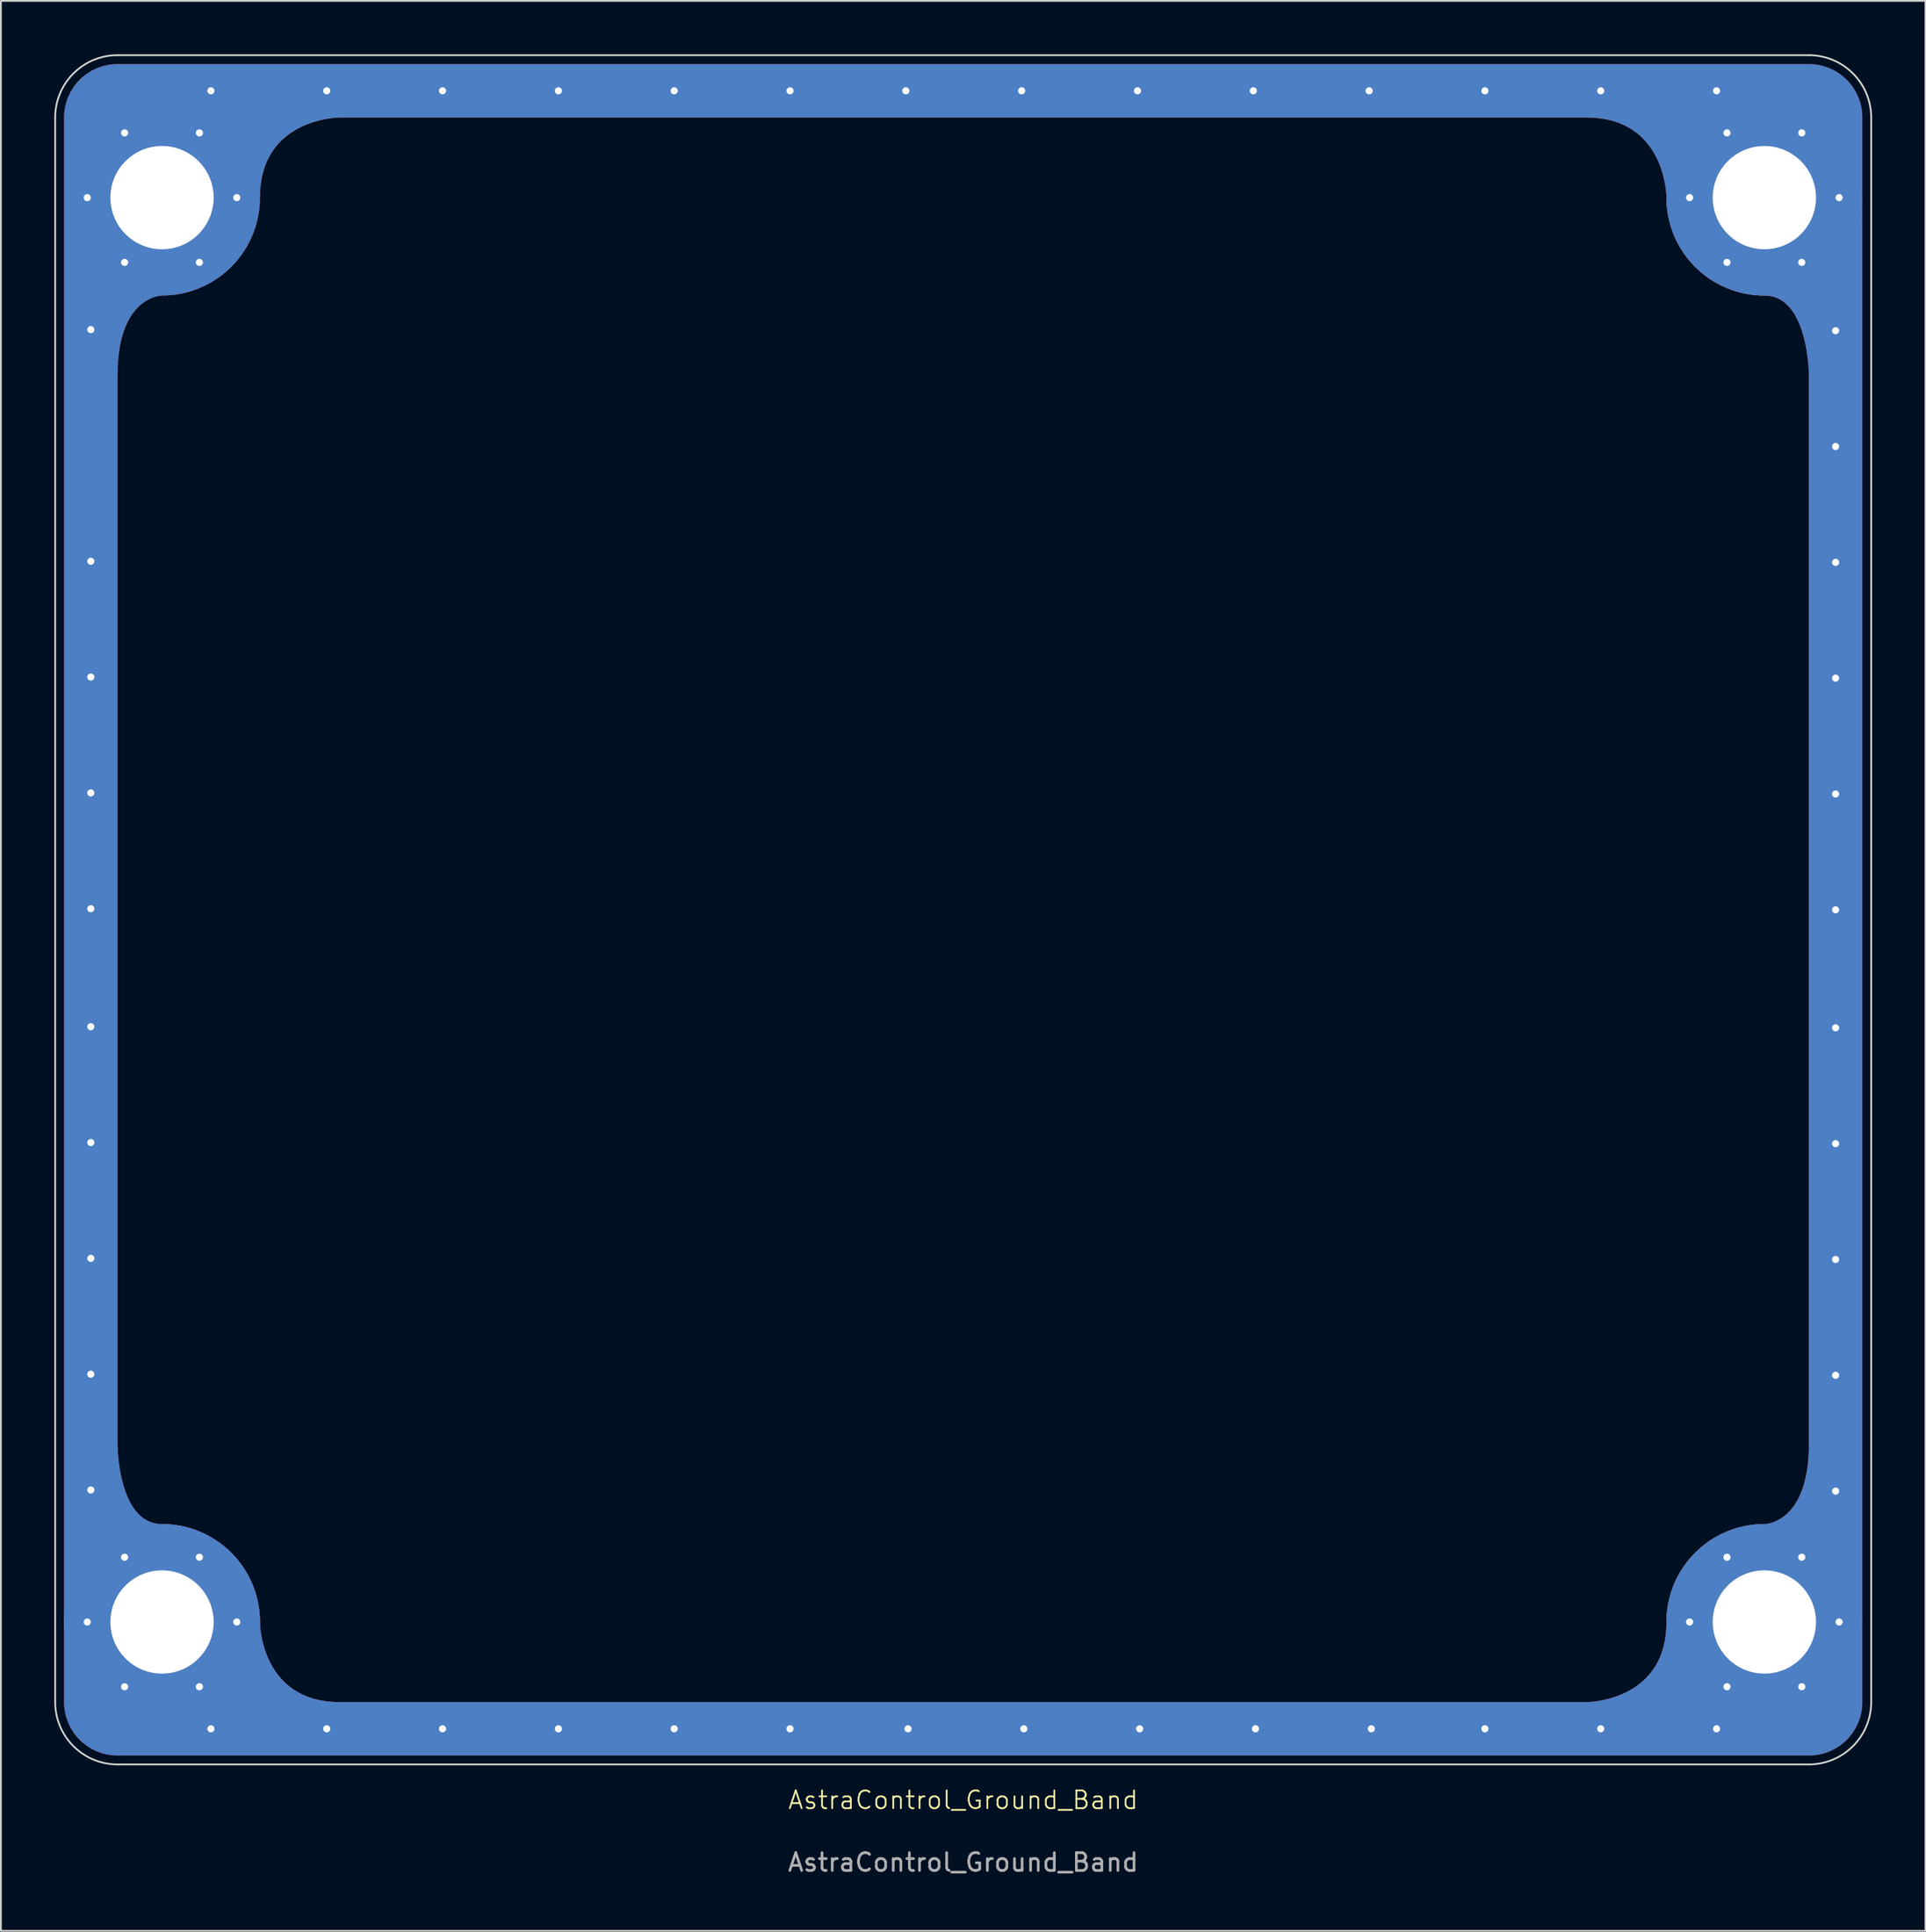
<source format=kicad_pcb>
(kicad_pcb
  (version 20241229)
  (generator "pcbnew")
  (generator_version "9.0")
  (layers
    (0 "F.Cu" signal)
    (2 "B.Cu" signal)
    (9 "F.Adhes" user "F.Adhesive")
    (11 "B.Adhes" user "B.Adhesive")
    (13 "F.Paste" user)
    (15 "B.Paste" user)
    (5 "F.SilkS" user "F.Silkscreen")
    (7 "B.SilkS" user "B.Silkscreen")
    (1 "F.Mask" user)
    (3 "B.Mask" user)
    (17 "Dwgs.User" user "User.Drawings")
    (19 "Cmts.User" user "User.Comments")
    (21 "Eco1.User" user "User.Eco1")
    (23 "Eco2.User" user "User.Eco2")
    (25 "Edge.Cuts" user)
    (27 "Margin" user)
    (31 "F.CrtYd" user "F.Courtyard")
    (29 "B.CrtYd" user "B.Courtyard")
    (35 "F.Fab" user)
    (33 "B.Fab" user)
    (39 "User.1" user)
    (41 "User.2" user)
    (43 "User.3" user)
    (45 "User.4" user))
  (footprint "AstraControl_Ground_Band"
    (layer "F.Cu")
    (at 51.05 48.05)
    (property "Reference" "AstraControl_Ground_Band" (at 0 50 0) (unlocked yes) (layer "F.SilkS") (effects (font (size 1 1) (thickness 0.1))))
    (attr through_hole)
    (fp_line (start -51 -44.5) (end -51 44.5) (stroke (width 0.1) (type default)) (layer "Edge.Cuts"))
    (fp_line (start -47.5 48) (end 47.5 48) (stroke (width 0.1) (type default)) (layer "Edge.Cuts"))
    (fp_line (start 47.5 -48) (end -47.5 -48) (stroke (width 0.1) (type default)) (layer "Edge.Cuts"))
    (fp_line (start 51 44.5) (end 51 -44.5) (stroke (width 0.1) (type default)) (layer "Edge.Cuts"))
    (fp_arc (start -51 -44.500001) (mid -49.974873 -46.974874) (end -47.5 -48) (stroke (width 0.1) (type default)) (layer "Edge.Cuts"))
    (fp_arc (start -47.499999 48) (mid -49.974878 46.974869) (end -51 44.499999) (stroke (width 0.1) (type default)) (layer "Edge.Cuts"))
    (fp_arc (start 47.5 -48) (mid 49.974874 -46.974874) (end 51 -44.5) (stroke (width 0.1) (type default)) (layer "Edge.Cuts"))
    (fp_arc (start 51 44.5) (mid 49.974874 46.974874) (end 47.5 48) (stroke (width 0.1) (type default)) (layer "Edge.Cuts"))
    (fp_line (start -50.5 -44.5) (end -50.5 44.5) (stroke (width 0.1) (type default)) (layer "User.1"))
    (fp_line (start -47.5 47.5) (end 47.5 47.5) (stroke (width 0.1) (type default)) (layer "User.1"))
    (fp_line (start -47.5 30) (end -47.5 -30) (stroke (width 0.1) (type default)) (layer "User.1"))
    (fp_line (start -35 -44.5) (end 35 -44.5) (stroke (width 0.1) (type default)) (layer "User.1"))
    (fp_line (start 35 44.5) (end -35 44.5) (stroke (width 0.1) (type default)) (layer "User.1"))
    (fp_line (start 47.5 -47.5) (end -47.5 -47.5) (stroke (width 0.1) (type default)) (layer "User.1"))
    (fp_line (start 47.5 -30) (end 47.5 30) (stroke (width 0.1) (type default)) (layer "User.1"))
    (fp_line (start 50.5 44.5) (end 50.5 -44.5) (stroke (width 0.1) (type default)) (layer "User.1"))
    (fp_arc (start -50.5 -44.499739) (mid -49.621341 -46.621147) (end -47.499739 -47.5) (stroke (width 0.1) (type default)) (layer "User.1"))
    (fp_arc (start -47.500001 47.5) (mid -49.621317 46.621324) (end -50.5 44.500002) (stroke (width 0.1) (type default)) (layer "User.1"))
    (fp_arc (start -45 34.5) (mid -41.110913 36.110913) (end -39.5 40) (stroke (width 0.1) (type default)) (layer "User.1"))
    (fp_arc (start -39.5 -40) (mid -41.110913 -36.110913) (end -45 -34.5) (stroke (width 0.1) (type default)) (layer "User.1"))
    (fp_arc (start 39.5 40) (mid 41.110913 36.110913) (end 45 34.5) (stroke (width 0.1) (type default)) (layer "User.1"))
    (fp_arc (start 45 -34.5) (mid 41.110913 -36.110913) (end 39.5 -40) (stroke (width 0.1) (type default)) (layer "User.1"))
    (fp_arc (start 47.5 -47.5) (mid 49.62132 -46.62132) (end 50.5 -44.5) (stroke (width 0.1) (type default)) (layer "User.1"))
    (fp_arc (start 50.5 44.5) (mid 49.62132 46.62132) (end 47.5 47.5) (stroke (width 0.1) (type default)) (layer "User.1"))
    (fp_circle (center -49.2 -40) (end -48.7 -40) (stroke (width 0.1) (type default)) (fill no) (layer "User.1"))
    (fp_circle (center -49.2 40) (end -48.7 40) (stroke (width 0.1) (type default)) (fill no) (layer "User.1"))
    (fp_circle (center -49 -32.587) (end -48.5 -32.587) (stroke (width 0.1) (type default)) (fill no) (layer "User.1"))
    (fp_circle (center -49 -26.082) (end -48.5 -26.082) (stroke (width 0.1) (type default)) (fill no) (layer "User.1"))
    (fp_circle (center -49 -19.577) (end -48.5 -19.577) (stroke (width 0.1) (type default)) (fill no) (layer "User.1"))
    (fp_circle (center -49 -13.072) (end -48.5 -13.072) (stroke (width 0.1) (type default)) (fill no) (layer "User.1"))
    (fp_circle (center -49 -6.567) (end -48.5 -6.567) (stroke (width 0.1) (type default)) (fill no) (layer "User.1"))
    (fp_circle (center -49 -0.061) (end -48.5 -0.061) (stroke (width 0.1) (type default)) (fill no) (layer "User.1"))
    (fp_circle (center -49 6.567) (end -48.5 6.567) (stroke (width 0.1) (type default)) (fill no) (layer "User.1"))
    (fp_circle (center -49 13.072) (end -48.5 13.072) (stroke (width 0.1) (type default)) (fill no) (layer "User.1"))
    (fp_circle (center -49 19.577) (end -48.5 19.577) (stroke (width 0.1) (type default)) (fill no) (layer "User.1"))
    (fp_circle (center -49 26.082) (end -48.5 26.082) (stroke (width 0.1) (type default)) (fill no) (layer "User.1"))
    (fp_circle (center -49 32.587) (end -48.5 32.587) (stroke (width 0.1) (type default)) (fill no) (layer "User.1"))
    (fp_circle (center -47.1 -43.637) (end -46.6 -43.637) (stroke (width 0.1) (type default)) (fill no) (layer "User.1"))
    (fp_circle (center -47.1 -36.363) (end -46.6 -36.363) (stroke (width 0.1) (type default)) (fill no) (layer "User.1"))
    (fp_circle (center -47.1 36.363) (end -46.6 36.363) (stroke (width 0.1) (type default)) (fill no) (layer "User.1"))
    (fp_circle (center -47.1 43.637) (end -46.6 43.637) (stroke (width 0.1) (type default)) (fill no) (layer "User.1"))
    (fp_circle (center -45 -40) (end -42.1 -40) (stroke (width 0.1) (type default)) (fill no) (layer "User.1"))
    (fp_circle (center -45 40) (end -42.1 40) (stroke (width 0.1) (type default)) (fill no) (layer "User.1"))
    (fp_circle (center -42.9 -43.637) (end -42.4 -43.637) (stroke (width 0.1) (type default)) (fill no) (layer "User.1"))
    (fp_circle (center -42.9 -36.363) (end -42.4 -36.363) (stroke (width 0.1) (type default)) (fill no) (layer "User.1"))
    (fp_circle (center -42.9 36.363) (end -42.4 36.363) (stroke (width 0.1) (type default)) (fill no) (layer "User.1"))
    (fp_circle (center -42.9 43.637) (end -42.4 43.637) (stroke (width 0.1) (type default)) (fill no) (layer "User.1"))
    (fp_circle (center -42.253 46) (end -42.253 45.5) (stroke (width 0.1) (type default)) (fill no) (layer "User.1"))
    (fp_circle (center -42.253 -46) (end -41.753 -46) (stroke (width 0.1) (type default)) (fill no) (layer "User.1"))
    (fp_circle (center -42.253 46) (end -41.753 46) (stroke (width 0.1) (type default)) (fill no) (layer "User.1"))
    (fp_circle (center -40.8 -40) (end -40.3 -40) (stroke (width 0.1) (type default)) (fill no) (layer "User.1"))
    (fp_circle (center -40.8 40) (end -40.3 40) (stroke (width 0.1) (type default)) (fill no) (layer "User.1"))
    (fp_circle (center -35.748 -46) (end -35.248 -46) (stroke (width 0.1) (type default)) (fill no) (layer "User.1"))
    (fp_circle (center -35.748 46) (end -35.748 45.5) (stroke (width 0.1) (type default)) (fill no) (layer "User.1"))
    (fp_circle (center -35.748 46) (end -35.248 46) (stroke (width 0.1) (type default)) (fill no) (layer "User.1"))
    (fp_circle (center -29.243 46) (end -29.243 45.5) (stroke (width 0.1) (type default)) (fill no) (layer "User.1"))
    (fp_circle (center -29.243 -46) (end -28.743 -46) (stroke (width 0.1) (type default)) (fill no) (layer "User.1"))
    (fp_circle (center -29.243 46) (end -28.743 46) (stroke (width 0.1) (type default)) (fill no) (layer "User.1"))
    (fp_circle (center -22.737 -46) (end -22.237 -46) (stroke (width 0.1) (type default)) (fill no) (layer "User.1"))
    (fp_circle (center -22.737 46) (end -22.737 45.5) (stroke (width 0.1) (type default)) (fill no) (layer "User.1"))
    (fp_circle (center -22.737 46) (end -22.237 46) (stroke (width 0.1) (type default)) (fill no) (layer "User.1"))
    (fp_circle (center -16.232 46) (end -16.232 45.5) (stroke (width 0.1) (type default)) (fill no) (layer "User.1"))
    (fp_circle (center -16.232 -46) (end -15.732 -46) (stroke (width 0.1) (type default)) (fill no) (layer "User.1"))
    (fp_circle (center -16.232 46) (end -15.732 46) (stroke (width 0.1) (type default)) (fill no) (layer "User.1"))
    (fp_circle (center -9.727 -46) (end -9.227 -46) (stroke (width 0.1) (type default)) (fill no) (layer "User.1"))
    (fp_circle (center -9.727 46) (end -9.727 45.5) (stroke (width 0.1) (type default)) (fill no) (layer "User.1"))
    (fp_circle (center -9.727 46) (end -9.227 46) (stroke (width 0.1) (type default)) (fill no) (layer "User.1"))
    (fp_circle (center -3.222 -46) (end -2.722 -46) (stroke (width 0.1) (type default)) (fill no) (layer "User.1"))
    (fp_circle (center -3.222 46) (end -2.722 46) (stroke (width 0.1) (type default)) (fill no) (layer "User.1"))
    (fp_circle (center -3.099 46) (end -3.099 45.5) (stroke (width 0.1) (type default)) (fill no) (layer "User.1"))
    (fp_circle (center 3.283 -46) (end 3.783 -46) (stroke (width 0.1) (type default)) (fill no) (layer "User.1"))
    (fp_circle (center 3.283 46) (end 3.783 46) (stroke (width 0.1) (type default)) (fill no) (layer "User.1"))
    (fp_circle (center 3.406 46) (end 3.406 45.5) (stroke (width 0.1) (type default)) (fill no) (layer "User.1"))
    (fp_circle (center 9.789 -46) (end 10.289 -46) (stroke (width 0.1) (type default)) (fill no) (layer "User.1"))
    (fp_circle (center 9.789 46) (end 10.289 46) (stroke (width 0.1) (type default)) (fill no) (layer "User.1"))
    (fp_circle (center 9.911 46) (end 9.911 45.5) (stroke (width 0.1) (type default)) (fill no) (layer "User.1"))
    (fp_circle (center 16.294 -46) (end 16.794 -46) (stroke (width 0.1) (type default)) (fill no) (layer "User.1"))
    (fp_circle (center 16.294 46) (end 16.794 46) (stroke (width 0.1) (type default)) (fill no) (layer "User.1"))
    (fp_circle (center 16.416 46) (end 16.416 45.5) (stroke (width 0.1) (type default)) (fill no) (layer "User.1"))
    (fp_circle (center 22.799 -46) (end 23.299 -46) (stroke (width 0.1) (type default)) (fill no) (layer "User.1"))
    (fp_circle (center 22.799 46) (end 23.299 46) (stroke (width 0.1) (type default)) (fill no) (layer "User.1"))
    (fp_circle (center 22.922 46) (end 22.922 45.5) (stroke (width 0.1) (type default)) (fill no) (layer "User.1"))
    (fp_circle (center 29.304 -46) (end 29.804 -46) (stroke (width 0.1) (type default)) (fill no) (layer "User.1"))
    (fp_circle (center 29.304 46) (end 29.804 46) (stroke (width 0.1) (type default)) (fill no) (layer "User.1"))
    (fp_circle (center 35.809 -46) (end 36.309 -46) (stroke (width 0.1) (type default)) (fill no) (layer "User.1"))
    (fp_circle (center 35.809 46) (end 36.309 46) (stroke (width 0.1) (type default)) (fill no) (layer "User.1"))
    (fp_circle (center 40.8 -40) (end 41.3 -40) (stroke (width 0.1) (type default)) (fill no) (layer "User.1"))
    (fp_circle (center 40.8 40) (end 41.3 40) (stroke (width 0.1) (type default)) (fill no) (layer "User.1"))
    (fp_circle (center 42.315 -46) (end 42.815 -46) (stroke (width 0.1) (type default)) (fill no) (layer "User.1"))
    (fp_circle (center 42.315 46) (end 42.815 46) (stroke (width 0.1) (type default)) (fill no) (layer "User.1"))
    (fp_circle (center 42.9 -43.637) (end 43.4 -43.637) (stroke (width 0.1) (type default)) (fill no) (layer "User.1"))
    (fp_circle (center 42.9 -36.363) (end 43.4 -36.363) (stroke (width 0.1) (type default)) (fill no) (layer "User.1"))
    (fp_circle (center 42.9 36.363) (end 43.4 36.363) (stroke (width 0.1) (type default)) (fill no) (layer "User.1"))
    (fp_circle (center 42.9 43.637) (end 43.4 43.637) (stroke (width 0.1) (type default)) (fill no) (layer "User.1"))
    (fp_circle (center 45 -40) (end 47.9 -40) (stroke (width 0.1) (type default)) (fill no) (layer "User.1"))
    (fp_circle (center 45 40) (end 47.9 40) (stroke (width 0.1) (type default)) (fill no) (layer "User.1"))
    (fp_circle (center 47.1 -43.637) (end 47.6 -43.637) (stroke (width 0.1) (type default)) (fill no) (layer "User.1"))
    (fp_circle (center 47.1 -36.363) (end 47.6 -36.363) (stroke (width 0.1) (type default)) (fill no) (layer "User.1"))
    (fp_circle (center 47.1 36.363) (end 47.6 36.363) (stroke (width 0.1) (type default)) (fill no) (layer "User.1"))
    (fp_circle (center 47.1 43.637) (end 47.6 43.637) (stroke (width 0.1) (type default)) (fill no) (layer "User.1"))
    (fp_circle (center 49 -32.526) (end 49.5 -32.526) (stroke (width 0.1) (type default)) (fill no) (layer "User.1"))
    (fp_circle (center 49 -32.526) (end 49.5 -32.526) (stroke (width 0.1) (type default)) (fill no) (layer "User.1"))
    (fp_circle (center 49 -26.021) (end 49.5 -26.021) (stroke (width 0.1) (type default)) (fill no) (layer "User.1"))
    (fp_circle (center 49 -26.021) (end 49.5 -26.021) (stroke (width 0.1) (type default)) (fill no) (layer "User.1"))
    (fp_circle (center 49 -19.516) (end 49.5 -19.516) (stroke (width 0.1) (type default)) (fill no) (layer "User.1"))
    (fp_circle (center 49 -19.516) (end 49.5 -19.516) (stroke (width 0.1) (type default)) (fill no) (layer "User.1"))
    (fp_circle (center 49 -13.01) (end 49.5 -13.01) (stroke (width 0.1) (type default)) (fill no) (layer "User.1"))
    (fp_circle (center 49 -13.01) (end 49.5 -13.01) (stroke (width 0.1) (type default)) (fill no) (layer "User.1"))
    (fp_circle (center 49 -6.505) (end 49.5 -6.505) (stroke (width 0.1) (type default)) (fill no) (layer "User.1"))
    (fp_circle (center 49 -6.505) (end 49.5 -6.505) (stroke (width 0.1) (type default)) (fill no) (layer "User.1"))
    (fp_circle (center 49 0) (end 49.5 0) (stroke (width 0.1) (type default)) (fill no) (layer "User.1"))
    (fp_circle (center 49 0) (end 49.5 0) (stroke (width 0.1) (type default)) (fill no) (layer "User.1"))
    (fp_circle (center 49 6.628) (end 49.5 6.628) (stroke (width 0.1) (type default)) (fill no) (layer "User.1"))
    (fp_circle (center 49 13.133) (end 49.5 13.133) (stroke (width 0.1) (type default)) (fill no) (layer "User.1"))
    (fp_circle (center 49 19.638) (end 49.5 19.638) (stroke (width 0.1) (type default)) (fill no) (layer "User.1"))
    (fp_circle (center 49 26.144) (end 49.5 26.144) (stroke (width 0.1) (type default)) (fill no) (layer "User.1"))
    (fp_circle (center 49 32.649) (end 49.5 32.649) (stroke (width 0.1) (type default)) (fill no) (layer "User.1"))
    (fp_circle (center 49.2 -40) (end 49.7 -40) (stroke (width 0.1) (type default)) (fill no) (layer "User.1"))
    (fp_circle (center 49.2 40) (end 49.7 40) (stroke (width 0.1) (type default)) (fill no) (layer "User.1"))
    (fp_curve (pts (xy -47.5 -30) (xy -47.5 -34.5) (xy -45 -34.5) (xy -45 -34.5)) (stroke (width 0.1) (type default)) (layer "User.1"))
    (fp_curve (pts (xy -45 34.5) (xy -47.5 34.5) (xy -47.5 30) (xy -47.5 30)) (stroke (width 0.1) (type default)) (layer "User.1"))
    (fp_curve (pts (xy -39.5 -40) (xy -39.5 -44.5) (xy -35 -44.5) (xy -35 -44.5)) (stroke (width 0.1) (type default)) (layer "User.1"))
    (fp_curve (pts (xy -35 44.5) (xy -39.5 44.5) (xy -39.5 40) (xy -39.5 40)) (stroke (width 0.1) (type default)) (layer "User.1"))
    (fp_curve (pts (xy 35 -44.5) (xy 39.5 -44.5) (xy 39.5 -40) (xy 39.5 -40)) (stroke (width 0.1) (type default)) (layer "User.1"))
    (fp_curve (pts (xy 39.5 40) (xy 39.5 44.5) (xy 35 44.5) (xy 35 44.5)) (stroke (width 0.1) (type default)) (layer "User.1"))
    (fp_curve (pts (xy 45 -34.5) (xy 47.5 -34.5) (xy 47.5 -30) (xy 47.5 -30)) (stroke (width 0.1) (type default)) (layer "User.1"))
    (fp_curve (pts (xy 47.5 30) (xy 47.5 34.5) (xy 45 34.5) (xy 45 34.5)) (stroke (width 0.1) (type default)) (layer "User.1"))
    (fp_text user "${REFERENCE}" (at 0 53.5 0) (unlocked yes) (layer "F.Fab") (effects (font (size 1 1) (thickness 0.15))))
    (pad "1" thru_hole circle (at -49.2 -40) (size 0.8 0.8) (drill 0.4) (layers "*.Cu" "*.Mask"))
    (pad "1" thru_hole circle (at -49.2 40 90) (size 0.8 0.8) (drill 0.4) (layers "*.Cu" "*.Mask"))
    (pad "1" thru_hole circle (at -49 -32.587) (size 0.8 0.8) (drill 0.4) (layers "*.Cu" "*.Mask"))
    (pad "1" thru_hole circle (at -49 -19.577) (size 0.8 0.8) (drill 0.4) (layers "*.Cu" "*.Mask"))
    (pad "1" thru_hole circle (at -49 -13.072) (size 0.8 0.8) (drill 0.4) (layers "*.Cu" "*.Mask"))
    (pad "1" thru_hole circle (at -49 -6.567) (size 0.8 0.8) (drill 0.4) (layers "*.Cu" "*.Mask"))
    (pad "1" thru_hole circle (at -49 -0.061) (size 0.8 0.8) (drill 0.4) (layers "*.Cu" "*.Mask"))
    (pad "1" thru_hole circle (at -49 6.567) (size 0.8 0.8) (drill 0.4) (layers "*.Cu" "*.Mask"))
    (pad "1" thru_hole circle (at -49 13.072) (size 0.8 0.8) (drill 0.4) (layers "*.Cu" "*.Mask"))
    (pad "1" thru_hole circle (at -49 19.577) (size 0.8 0.8) (drill 0.4) (layers "*.Cu" "*.Mask"))
    (pad "1" thru_hole circle (at -49 26.082) (size 0.8 0.8) (drill 0.4) (layers "*.Cu" "*.Mask"))
    (pad "1" thru_hole circle (at -49 32.587) (size 0.8 0.8) (drill 0.4) (layers "*.Cu" "*.Mask"))
    (pad "1" thru_hole circle (at -47.1 -43.637) (size 0.8 0.8) (drill 0.4) (layers "*.Cu" "*.Mask"))
    (pad "1" thru_hole circle (at -47.1 -36.363) (size 0.8 0.8) (drill 0.4) (layers "*.Cu" "*.Mask"))
    (pad "1" thru_hole circle (at -47.1 36.363 90) (size 0.8 0.8) (drill 0.4) (layers "*.Cu" "*.Mask"))
    (pad "1" thru_hole circle (at -47.1 43.637 90) (size 0.8 0.8) (drill 0.4) (layers "*.Cu" "*.Mask"))
    (pad "1" thru_hole custom (at -45 -40) (size 11 11) (drill 5.8) (layers "*.Cu" "*.Mask") (options (anchor circle)) (primitives (gr_poly (pts (xy 92.5 -7.5) (xy 92.668 -7.498) (xy 93.003 -7.46) (xy 93.331 -7.385) (xy 93.649 -7.274) (xy 93.952 -7.128) (xy 94.237 -6.949) (xy 94.501 -6.739) (xy 94.739 -6.501) (xy 94.949 -6.237) (xy 95.128 -5.952) (xy 95.274 -5.649) (xy 95.385 -5.331) (xy 95.46 -5.003) (xy 95.498 -4.668) (xy 95.5 -4.5) (xy 95.5 84.5) (xy 95.498 84.668) (xy 95.46 85.003) (xy 95.385 85.331) (xy 95.274 85.649) (xy 95.128 85.952) (xy 94.949 86.237) (xy 94.739 86.501) (xy 94.501 86.739) (xy 94.237 86.949) (xy 93.952 87.128) (xy 93.649 87.274) (xy 93.331 87.385) (xy 93.003 87.46) (xy 92.668 87.498) (xy 92.5 87.5) (xy 45 87.5) (xy -2.5 87.5) (xy -2.668 87.498) (xy -3.003 87.46) (xy -3.331 87.385) (xy -3.649 87.274) (xy -3.952 87.128) (xy -4.237 86.949) (xy -4.501 86.739) (xy -4.739 86.501) (xy -4.949 86.237) (xy -5.128 85.952) (xy -5.274 85.649) (xy -5.385 85.331) (xy -5.46 85.003) (xy -5.498 84.668) (xy -5.5 84.5) (xy -5.5 47.25) (xy -5.5 10) (xy -2.5 10) (xy -2.5 70) (xy -2.495 70.193) (xy -2.49 70.295) (xy -2.484 70.415) (xy -2.474 70.552) (xy -2.461 70.703) (xy -2.444 70.868) (xy -2.424 71.044) (xy -2.398 71.23) (xy -2.368 71.424) (xy -2.332 71.625) (xy -2.291 71.83) (xy -2.243 72.039) (xy -2.188 72.25) (xy -2.125 72.461) (xy -2.055 72.67) (xy -1.977 72.875) (xy -1.89 73.076) (xy -1.793 73.27) (xy -1.688 73.456) (xy -1.572 73.632) (xy -1.445 73.797) (xy -1.308 73.948) (xy -1.159 74.085) (xy -0.998 74.205) (xy -0.825 74.307) (xy -0.639 74.389) (xy -0.44 74.449) (xy -0.227 74.487) (xy 0 74.5) (xy 0.227 74.502) (xy 0.681 74.54) (xy 1.129 74.615) (xy 1.57 74.726) (xy 2 74.874) (xy 2.417 75.057) (xy 2.817 75.273) (xy 3.197 75.522) (xy 3.556 75.801) (xy 3.891 76.109) (xy 4.199 76.444) (xy 4.478 76.803) (xy 4.727 77.183) (xy 4.943 77.583) (xy 5.126 78) (xy 5.274 78.43) (xy 5.385 78.871) (xy 5.46 79.319) (xy 5.498 79.773) (xy 5.5 80) (xy 5.509 80.193) (xy 5.517 80.295) (xy 5.53 80.415) (xy 5.547 80.552) (xy 5.57 80.703) (xy 5.6 80.868) (xy 5.637 81.044) (xy 5.683 81.23) (xy 5.737 81.424) (xy 5.802 81.625) (xy 5.877 81.83) (xy 5.963 82.039) (xy 6.062 82.25) (xy 6.175 82.461) (xy 6.301 82.67) (xy 6.442 82.875) (xy 6.599 83.076) (xy 6.772 83.27) (xy 6.962 83.456) (xy 7.171 83.632) (xy 7.398 83.797) (xy 7.646 83.948) (xy 7.914 84.085) (xy 8.203 84.205) (xy 8.515 84.307) (xy 8.849 84.389) (xy 9.208 84.449) (xy 9.591 84.487) (xy 10 84.5) (xy 45 84.5) (xy 80 84.5) (xy 80.193 84.491) (xy 80.295 84.483) (xy 80.415 84.47) (xy 80.552 84.453) (xy 80.703 84.43) (xy 80.868 84.4) (xy 81.044 84.363) (xy 81.23 84.317) (xy 81.424 84.263) (xy 81.625 84.198) (xy 81.83 84.123) (xy 82.039 84.037) (xy 82.25 83.938) (xy 82.461 83.825) (xy 82.67 83.699) (xy 82.875 83.558) (xy 83.076 83.401) (xy 83.27 83.228) (xy 83.456 83.038) (xy 83.632 82.829) (xy 83.797 82.602) (xy 83.948 82.354) (xy 84.085 82.086) (xy 84.205 81.797) (xy 84.307 81.485) (xy 84.389 81.151) (xy 84.449 80.792) (xy 84.487 80.409) (xy 84.5 80) (xy 84.502 79.773) (xy 84.54 79.319) (xy 84.615 78.871) (xy 84.726 78.43) (xy 84.874 78) (xy 85.057 77.583) (xy 85.273 77.183) (xy 85.522 76.803) (xy 85.801 76.444) (xy 86.109 76.109) (xy 86.444 75.801) (xy 86.803 75.522) (xy 87.183 75.273) (xy 87.583 75.057) (xy 88 74.874) (xy 88.43 74.726) (xy 88.871 74.615) (xy 89.319 74.54) (xy 89.773 74.502) (xy 90 74.5) (xy 90.164 74.483) (xy 90.307 74.453) (xy 90.482 74.4) (xy 90.58 74.363) (xy 90.683 74.317) (xy 90.791 74.263) (xy 90.903 74.198) (xy 91.017 74.123) (xy 91.133 74.037) (xy 91.25 73.938) (xy 91.367 73.825) (xy 91.483 73.699) (xy 91.597 73.558) (xy 91.709 73.401) (xy 91.817 73.228) (xy 91.92 73.038) (xy 92.018 72.829) (xy 92.109 72.602) (xy 92.193 72.354) (xy 92.269 72.086) (xy 92.336 71.797) (xy 92.393 71.485) (xy 92.438 71.151) (xy 92.472 70.792) (xy 92.493 70.409) (xy 92.5 70) (xy 92.5 10) (xy 92.495 9.807) (xy 92.49 9.705) (xy 92.484 9.585) (xy 92.474 9.448) (xy 92.461 9.297) (xy 92.444 9.132) (xy 92.424 8.956) (xy 92.398 8.77) (xy 92.368 8.576) (xy 92.332 8.375) (xy 92.291 8.17) (xy 92.243 7.961) (xy 92.188 7.75) (xy 92.125 7.539) (xy 92.055 7.33) (xy 91.977 7.125) (xy 91.89 6.924) (xy 91.793 6.73) (xy 91.688 6.544) (xy 91.572 6.368) (xy 91.445 6.203) (xy 91.308 6.052) (xy 91.159 5.915) (xy 90.998 5.795) (xy 90.825 5.693) (xy 90.639 5.611) (xy 90.44 5.551) (xy 90.227 5.513) (xy 90 5.5) (xy 89.773 5.498) (xy 89.319 5.46) (xy 88.871 5.385) (xy 88.43 5.274) (xy 88 5.126) (xy 87.583 4.943) (xy 87.183 4.727) (xy 86.803 4.478) (xy 86.444 4.199) (xy 86.109 3.891) (xy 85.801 3.556) (xy 85.522 3.197) (xy 85.273 2.817) (xy 85.057 2.417) (xy 84.874 2) (xy 84.726 1.57) (xy 84.615 1.129) (xy 84.54 0.681) (xy 84.502 0.227) (xy 84.5 0) (xy 84.491 -0.193) (xy 84.483 -0.295) (xy 84.47 -0.415) (xy 84.453 -0.552) (xy 84.43 -0.703) (xy 84.4 -0.868) (xy 84.363 -1.044) (xy 84.317 -1.23) (xy 84.263 -1.424) (xy 84.198 -1.625) (xy 84.123 -1.83) (xy 84.037 -2.039) (xy 83.938 -2.25) (xy 83.825 -2.461) (xy 83.699 -2.67) (xy 83.558 -2.875) (xy 83.401 -3.076) (xy 83.228 -3.27) (xy 83.038 -3.456) (xy 82.829 -3.632) (xy 82.602 -3.797) (xy 82.354 -3.948) (xy 82.086 -4.085) (xy 81.797 -4.205) (xy 81.485 -4.307) (xy 81.151 -4.389) (xy 80.792 -4.449) (xy 80.409 -4.487) (xy 80 -4.5) (xy 45 -4.5) (xy 10 -4.5) (xy 9.807 -4.491) (xy 9.705 -4.483) (xy 9.585 -4.47) (xy 9.448 -4.453) (xy 9.297 -4.43) (xy 9.132 -4.4) (xy 8.956 -4.363) (xy 8.77 -4.317) (xy 8.576 -4.263) (xy 8.375 -4.198) (xy 8.17 -4.123) (xy 7.961 -4.037) (xy 7.75 -3.938) (xy 7.539 -3.825) (xy 7.33 -3.699) (xy 7.125 -3.558) (xy 6.924 -3.401) (xy 6.73 -3.228) (xy 6.544 -3.038) (xy 6.368 -2.829) (xy 6.203 -2.602) (xy 6.052 -2.354) (xy 5.915 -2.086) (xy 5.795 -1.797) (xy 5.693 -1.485) (xy 5.611 -1.151) (xy 5.551 -0.792) (xy 5.513 -0.409) (xy 5.5 0) (xy 5.498 0.227) (xy 5.46 0.681) (xy 5.385 1.129) (xy 5.274 1.57) (xy 5.126 2) (xy 4.943 2.417) (xy 4.727 2.817) (xy 4.478 3.197) (xy 4.199 3.556) (xy 3.891 3.891) (xy 3.556 4.199) (xy 3.197 4.478) (xy 2.817 4.727) (xy 2.417 4.943) (xy 2 5.126) (xy 1.57 5.274) (xy 1.129 5.385) (xy 0.681 5.46) (xy 0.227 5.498) (xy 0 5.5) (xy -0.164 5.517) (xy -0.307 5.547) (xy -0.482 5.6) (xy -0.58 5.637) (xy -0.683 5.683) (xy -0.791 5.737) (xy -0.903 5.802) (xy -1.017 5.877) (xy -1.133 5.963) (xy -1.25 6.062) (xy -1.367 6.175) (xy -1.483 6.301) (xy -1.597 6.442) (xy -1.709 6.599) (xy -1.817 6.772) (xy -1.92 6.962) (xy -2.018 7.171) (xy -2.109 7.398) (xy -2.193 7.646) (xy -2.269 7.914) (xy -2.336 8.203) (xy -2.393 8.515) (xy -2.438 8.849) (xy -2.472 9.208) (xy -2.493 9.591) (xy -2.5 10) (xy -5.5 10) (xy -5.5 -4.5) (xy -5.498 -4.668) (xy -5.46 -5.003) (xy -5.385 -5.331) (xy -5.274 -5.649) (xy -5.128 -5.952) (xy -4.949 -6.237) (xy -4.739 -6.501) (xy -4.501 -6.739) (xy -4.237 -6.949) (xy -3.952 -7.128) (xy -3.649 -7.274) (xy -3.331 -7.385) (xy -3.003 -7.46) (xy -2.668 -7.498) (xy -2.5 -7.5) (xy 45 -7.5)) (width 0) (fill yes))))
    (pad "1" thru_hole circle (at -45 40) (size 11 11) (drill 5.8) (layers "*.Cu" "*.Mask"))
    (pad "1" thru_hole circle (at -42.9 -43.637) (size 0.8 0.8) (drill 0.4) (layers "*.Cu" "*.Mask"))
    (pad "1" thru_hole circle (at -42.9 -36.363) (size 0.8 0.8) (drill 0.4) (layers "*.Cu" "*.Mask"))
    (pad "1" thru_hole circle (at -42.9 36.363 90) (size 0.8 0.8) (drill 0.4) (layers "*.Cu" "*.Mask"))
    (pad "1" thru_hole circle (at -42.9 43.637 90) (size 0.8 0.8) (drill 0.4) (layers "*.Cu" "*.Mask"))
    (pad "1" thru_hole circle (at -42.253 46 90) (size 0.8 0.8) (drill 0.4) (layers "*.Cu" "*.Mask"))
    (pad "1" thru_hole circle (at -42.253 -46) (size 0.8 0.8) (drill 0.4) (layers "*.Cu" "*.Mask"))
    (pad "1" thru_hole circle (at -40.8 -40) (size 0.8 0.8) (drill 0.4) (layers "*.Cu" "*.Mask"))
    (pad "1" thru_hole circle (at -40.8 40 90) (size 0.8 0.8) (drill 0.4) (layers "*.Cu" "*.Mask"))
    (pad "1" thru_hole circle (at -35.748 -46) (size 0.8 0.8) (drill 0.4) (layers "*.Cu" "*.Mask"))
    (pad "1" thru_hole circle (at -35.748 46 90) (size 0.8 0.8) (drill 0.4) (layers "*.Cu" "*.Mask"))
    (pad "1" thru_hole circle (at -29.243 46 90) (size 0.8 0.8) (drill 0.4) (layers "*.Cu" "*.Mask"))
    (pad "1" thru_hole circle (at -29.243 -46) (size 0.8 0.8) (drill 0.4) (layers "*.Cu" "*.Mask"))
    (pad "1" thru_hole circle (at -22.737 -46 90) (size 0.8 0.8) (drill 0.4) (layers "*.Cu" "*.Mask"))
    (pad "1" thru_hole circle (at -22.737 46 90) (size 0.8 0.8) (drill 0.4) (layers "*.Cu" "*.Mask"))
    (pad "1" thru_hole circle (at -16.232 46 90) (size 0.8 0.8) (drill 0.4) (layers "*.Cu" "*.Mask"))
    (pad "1" thru_hole circle (at -16.232 -46 90) (size 0.8 0.8) (drill 0.4) (layers "*.Cu" "*.Mask"))
    (pad "1" thru_hole circle (at -9.727 -46 90) (size 0.8 0.8) (drill 0.4) (layers "*.Cu" "*.Mask"))
    (pad "1" thru_hole circle (at -9.727 46 90) (size 0.8 0.8) (drill 0.4) (layers "*.Cu" "*.Mask"))
    (pad "1" thru_hole circle (at -3.222 -46 90) (size 0.8 0.8) (drill 0.4) (layers "*.Cu" "*.Mask"))
    (pad "1" thru_hole circle (at -3.099 46 90) (size 0.8 0.8) (drill 0.4) (layers "*.Cu" "*.Mask"))
    (pad "1" thru_hole circle (at 3.283 -46 90) (size 0.8 0.8) (drill 0.4) (layers "*.Cu" "*.Mask"))
    (pad "1" thru_hole circle (at 3.406 46 90) (size 0.8 0.8) (drill 0.4) (layers "*.Cu" "*.Mask"))
    (pad "1" thru_hole circle (at 9.789 -46 90) (size 0.8 0.8) (drill 0.4) (layers "*.Cu" "*.Mask"))
    (pad "1" thru_hole circle (at 9.911 46 90) (size 0.8 0.8) (drill 0.4) (layers "*.Cu" "*.Mask"))
    (pad "1" thru_hole circle (at 16.294 -46 90) (size 0.8 0.8) (drill 0.4) (layers "*.Cu" "*.Mask"))
    (pad "1" thru_hole circle (at 16.416 46 90) (size 0.8 0.8) (drill 0.4) (layers "*.Cu" "*.Mask"))
    (pad "1" thru_hole circle (at 22.799 -46 90) (size 0.8 0.8) (drill 0.4) (layers "*.Cu" "*.Mask"))
    (pad "1" thru_hole circle (at 22.922 46 90) (size 0.8 0.8) (drill 0.4) (layers "*.Cu" "*.Mask"))
    (pad "1" thru_hole circle (at 29.304 -46 90) (size 0.8 0.8) (drill 0.4) (layers "*.Cu" "*.Mask"))
    (pad "1" thru_hole circle (at 29.304 46 90) (size 0.8 0.8) (drill 0.4) (layers "*.Cu" "*.Mask"))
    (pad "1" thru_hole circle (at 35.809 -46 90) (size 0.8 0.8) (drill 0.4) (layers "*.Cu" "*.Mask"))
    (pad "1" thru_hole circle (at 35.809 46 90) (size 0.8 0.8) (drill 0.4) (layers "*.Cu" "*.Mask"))
    (pad "1" thru_hole circle (at 40.8 -40 90) (size 0.8 0.8) (drill 0.4) (layers "*.Cu" "*.Mask"))
    (pad "1" thru_hole circle (at 40.8 40 90) (size 0.8 0.8) (drill 0.4) (layers "*.Cu" "*.Mask"))
    (pad "1" thru_hole circle (at 42.315 -46 90) (size 0.8 0.8) (drill 0.4) (layers "*.Cu" "*.Mask"))
    (pad "1" thru_hole circle (at 42.315 46 90) (size 0.8 0.8) (drill 0.4) (layers "*.Cu" "*.Mask"))
    (pad "1" thru_hole circle (at 42.9 -43.637 90) (size 0.8 0.8) (drill 0.4) (layers "*.Cu" "*.Mask"))
    (pad "1" thru_hole circle (at 42.9 -36.363 90) (size 0.8 0.8) (drill 0.4) (layers "*.Cu" "*.Mask"))
    (pad "1" thru_hole circle (at 42.9 36.363 90) (size 0.8 0.8) (drill 0.4) (layers "*.Cu" "*.Mask"))
    (pad "1" thru_hole circle (at 42.9 43.637 90) (size 0.8 0.8) (drill 0.4) (layers "*.Cu" "*.Mask"))
    (pad "1" thru_hole circle (at 45 -40) (size 11 11) (drill 5.8) (layers "*.Cu" "*.Mask"))
    (pad "1" thru_hole circle (at 45 40) (size 11 11) (drill 5.8) (layers "*.Cu" "*.Mask"))
    (pad "1" thru_hole circle (at 47.1 -43.637 90) (size 0.8 0.8) (drill 0.4) (layers "*.Cu" "*.Mask"))
    (pad "1" thru_hole circle (at 47.1 -36.363 90) (size 0.8 0.8) (drill 0.4) (layers "*.Cu" "*.Mask"))
    (pad "1" thru_hole circle (at 47.1 36.363 90) (size 0.8 0.8) (drill 0.4) (layers "*.Cu" "*.Mask"))
    (pad "1" thru_hole circle (at 47.1 43.637 90) (size 0.8 0.8) (drill 0.4) (layers "*.Cu" "*.Mask"))
    (pad "1" thru_hole circle (at 49 -32.526) (size 0.8 0.8) (drill 0.4) (layers "*.Cu" "*.Mask"))
    (pad "1" thru_hole circle (at 49 -26.021) (size 0.8 0.8) (drill 0.4) (layers "*.Cu" "*.Mask"))
    (pad "1" thru_hole circle (at 49 -19.516) (size 0.8 0.8) (drill 0.4) (layers "*.Cu" "*.Mask"))
    (pad "1" thru_hole circle (at 49 -13.01) (size 0.8 0.8) (drill 0.4) (layers "*.Cu" "*.Mask"))
    (pad "1" thru_hole circle (at 49 -6.505) (size 0.8 0.8) (drill 0.4) (layers "*.Cu" "*.Mask"))
    (pad "1" thru_hole circle (at 49 0) (size 0.8 0.8) (drill 0.4) (layers "*.Cu" "*.Mask"))
    (pad "1" thru_hole circle (at 49 6.628) (size 0.8 0.8) (drill 0.4) (layers "*.Cu" "*.Mask"))
    (pad "1" thru_hole circle (at 49 13.133) (size 0.8 0.8) (drill 0.4) (layers "*.Cu" "*.Mask"))
    (pad "1" thru_hole circle (at 49 19.638) (size 0.8 0.8) (drill 0.4) (layers "*.Cu" "*.Mask"))
    (pad "1" thru_hole circle (at 49 26.144) (size 0.8 0.8) (drill 0.4) (layers "*.Cu" "*.Mask"))
    (pad "1" thru_hole circle (at 49 32.649) (size 0.8 0.8) (drill 0.4) (layers "*.Cu" "*.Mask"))
    (pad "1" thru_hole circle (at 49.2 -40 90) (size 0.8 0.8) (drill 0.4) (layers "*.Cu" "*.Mask"))
    (pad "1" thru_hole circle (at 49.2 40 90) (size 0.8 0.8) (drill 0.4) (layers "*.Cu" "*.Mask")))
  (gr_rect
    (start -3 -3)
    (end 105.1 105.398)
    (stroke (width 0.1) (type default))
    (fill no)
    (layer "Edge.Cuts")))
</source>
